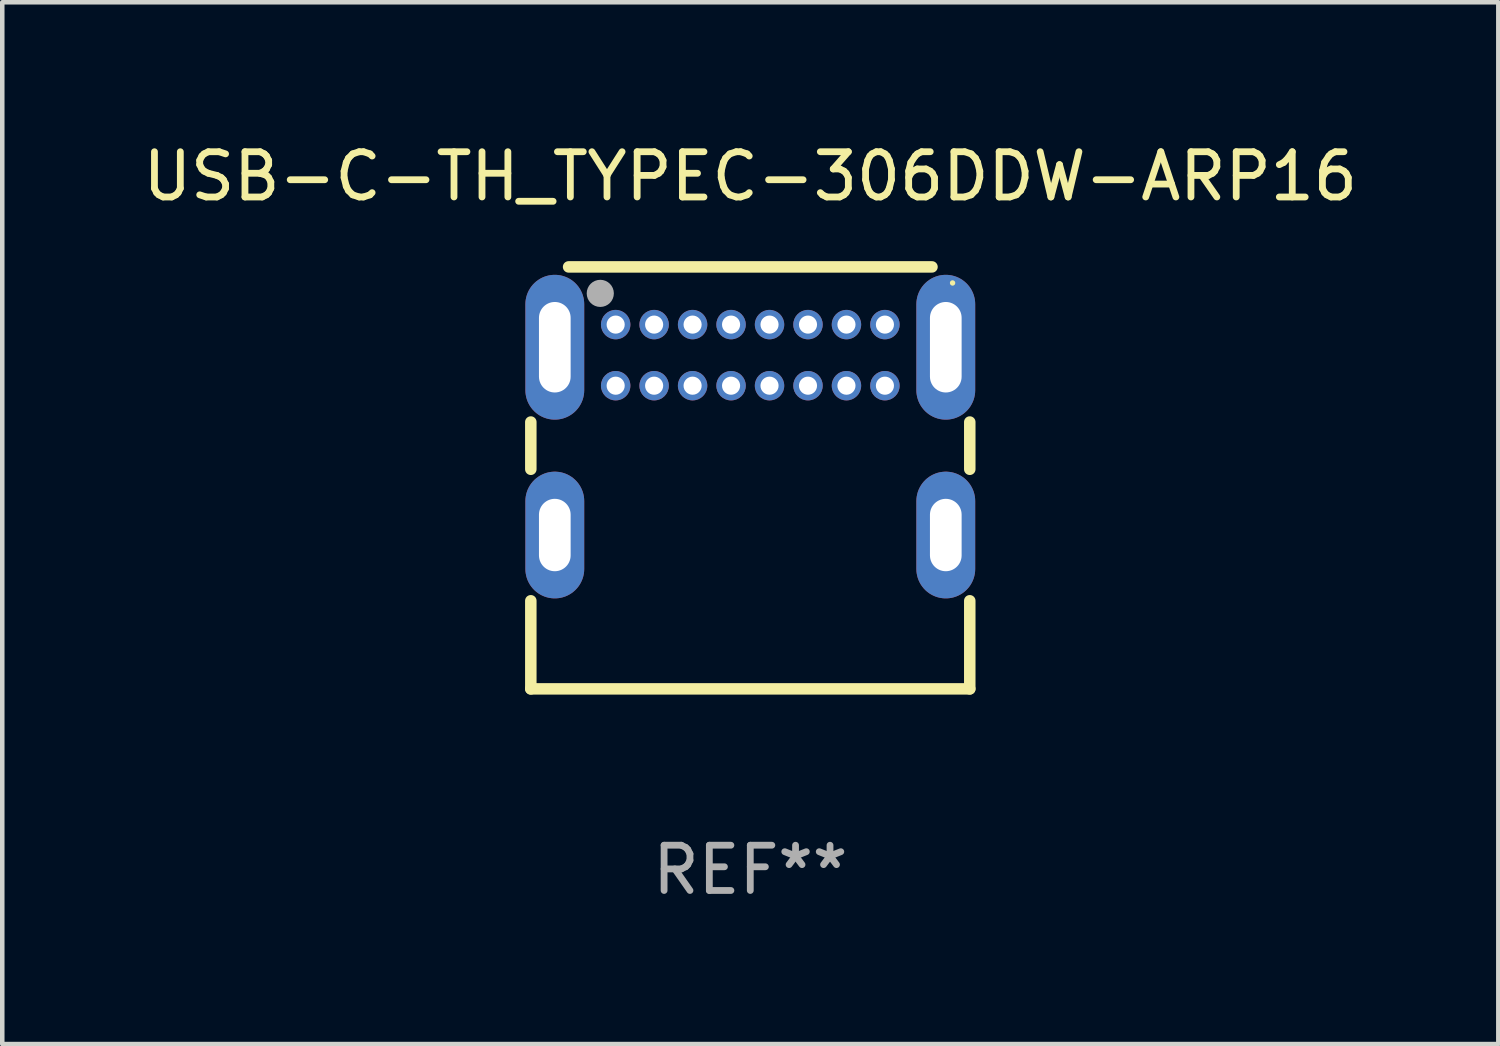
<source format=kicad_pcb>
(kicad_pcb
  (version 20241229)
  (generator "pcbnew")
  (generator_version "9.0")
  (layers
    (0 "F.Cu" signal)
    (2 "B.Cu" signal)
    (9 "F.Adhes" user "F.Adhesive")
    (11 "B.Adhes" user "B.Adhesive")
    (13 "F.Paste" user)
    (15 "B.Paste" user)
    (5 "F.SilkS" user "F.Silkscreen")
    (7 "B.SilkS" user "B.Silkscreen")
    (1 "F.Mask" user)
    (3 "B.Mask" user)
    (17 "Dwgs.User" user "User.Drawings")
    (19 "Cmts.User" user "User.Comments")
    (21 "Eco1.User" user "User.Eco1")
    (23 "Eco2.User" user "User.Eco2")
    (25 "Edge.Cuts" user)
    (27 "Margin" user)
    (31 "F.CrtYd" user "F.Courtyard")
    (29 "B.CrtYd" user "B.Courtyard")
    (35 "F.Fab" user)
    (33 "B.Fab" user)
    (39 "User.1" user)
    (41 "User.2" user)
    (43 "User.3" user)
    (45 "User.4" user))
  (footprint "USB-C-TH_TYPEC-306DDW-ARP16"
    (layer "F.Cu")
    (at 13.53 6.448)
    (property "Reference" "USB-C-TH_TYPEC-306DDW-ARP16" (at 0 -5.6 0) (layer "F.SilkS") (effects (font (size 1 1) (thickness 0.15))))
    (attr through_hole)
    (fp_line (start -4.85 0.872) (end -4.85 -0.172) (stroke (width 0.254) (type solid)) (layer "F.SilkS"))
    (fp_line (start -4.85 5.725) (end -4.85 3.778) (stroke (width 0.254) (type solid)) (layer "F.SilkS"))
    (fp_line (start -4.85 5.725) (end 4.85 5.725) (stroke (width 0.254) (type solid)) (layer "F.SilkS"))
    (fp_line (start -4.015 -3.6) (end 4.015 -3.6) (stroke (width 0.254) (type solid)) (layer "F.SilkS"))
    (fp_line (start 4.85 0.872) (end 4.85 -0.172) (stroke (width 0.254) (type solid)) (layer "F.SilkS"))
    (fp_line (start 4.85 5.725) (end 4.85 3.778) (stroke (width 0.254) (type solid)) (layer "F.SilkS"))
    (fp_circle (center 4.47 -3.245) (end 4.5 -3.245) (stroke (width 0.06) (type solid)) (fill no) (layer "F.SilkS"))
    (fp_circle (center -3.315 -3.015) (end -3.165 -3.015) (stroke (width 0.3) (type solid)) (fill no) (layer "F.Fab"))
    (fp_text user "REF**" (at 0 9.725 0) (layer "F.Fab") (effects (font (size 1 1) (thickness 0.15))))
    (pad "17" thru_hole oval (at 4.32 -1.825) (size 1.3 3.2) (drill oval 0.7 2) (layers "*.Cu" "*.Mask"))
    (pad "18" thru_hole oval (at 4.32 2.325) (size 1.3 2.8) (drill oval 0.7 1.6) (layers "*.Cu" "*.Mask"))
    (pad "19" thru_hole oval (at -4.32 2.325) (size 1.3 2.8) (drill oval 0.7 1.6) (layers "*.Cu" "*.Mask"))
    (pad "20" thru_hole oval (at -4.32 -1.825) (size 1.3 3.2) (drill oval 0.7 2) (layers "*.Cu" "*.Mask"))
    (pad "A1" thru_hole circle (at -2.975 -2.325) (size 0.65 0.65) (drill 0.4) (layers "*.Cu" "*.Mask"))
    (pad "A4" thru_hole circle (at -2.125 -2.325) (size 0.65 0.65) (drill 0.4) (layers "*.Cu" "*.Mask"))
    (pad "A5" thru_hole circle (at -1.275 -2.325) (size 0.65 0.65) (drill 0.4) (layers "*.Cu" "*.Mask"))
    (pad "A6" thru_hole circle (at -0.425 -2.325) (size 0.65 0.65) (drill 0.4) (layers "*.Cu" "*.Mask"))
    (pad "A7" thru_hole circle (at 0.425 -2.325) (size 0.65 0.65) (drill 0.4) (layers "*.Cu" "*.Mask"))
    (pad "A8" thru_hole circle (at 1.275 -2.325) (size 0.65 0.65) (drill 0.4) (layers "*.Cu" "*.Mask"))
    (pad "A9" thru_hole circle (at 2.125 -2.325) (size 0.65 0.65) (drill 0.4) (layers "*.Cu" "*.Mask"))
    (pad "A12" thru_hole circle (at 2.975 -2.325) (size 0.65 0.65) (drill 0.4) (layers "*.Cu" "*.Mask"))
    (pad "B1" thru_hole circle (at 2.975 -0.975) (size 0.65 0.65) (drill 0.4) (layers "*.Cu" "*.Mask"))
    (pad "B4" thru_hole circle (at 2.125 -0.975) (size 0.65 0.65) (drill 0.4) (layers "*.Cu" "*.Mask"))
    (pad "B5" thru_hole circle (at 1.275 -0.975) (size 0.65 0.65) (drill 0.4) (layers "*.Cu" "*.Mask"))
    (pad "B6" thru_hole circle (at 0.425 -0.975) (size 0.65 0.65) (drill 0.4) (layers "*.Cu" "*.Mask"))
    (pad "B7" thru_hole circle (at -0.425 -0.975) (size 0.65 0.65) (drill 0.4) (layers "*.Cu" "*.Mask"))
    (pad "B8" thru_hole circle (at -1.275 -0.975) (size 0.65 0.65) (drill 0.4) (layers "*.Cu" "*.Mask"))
    (pad "B9" thru_hole circle (at -2.125 -0.975) (size 0.65 0.65) (drill 0.4) (layers "*.Cu" "*.Mask"))
    (pad "B12" thru_hole circle (at -2.975 -0.975) (size 0.65 0.65) (drill 0.4) (layers "*.Cu" "*.Mask")))
  (gr_rect
    (start -3 -3)
    (end 30.06 20.022)
    (stroke (width 0.1) (type default))
    (fill no)
    (layer "Edge.Cuts")))
</source>
